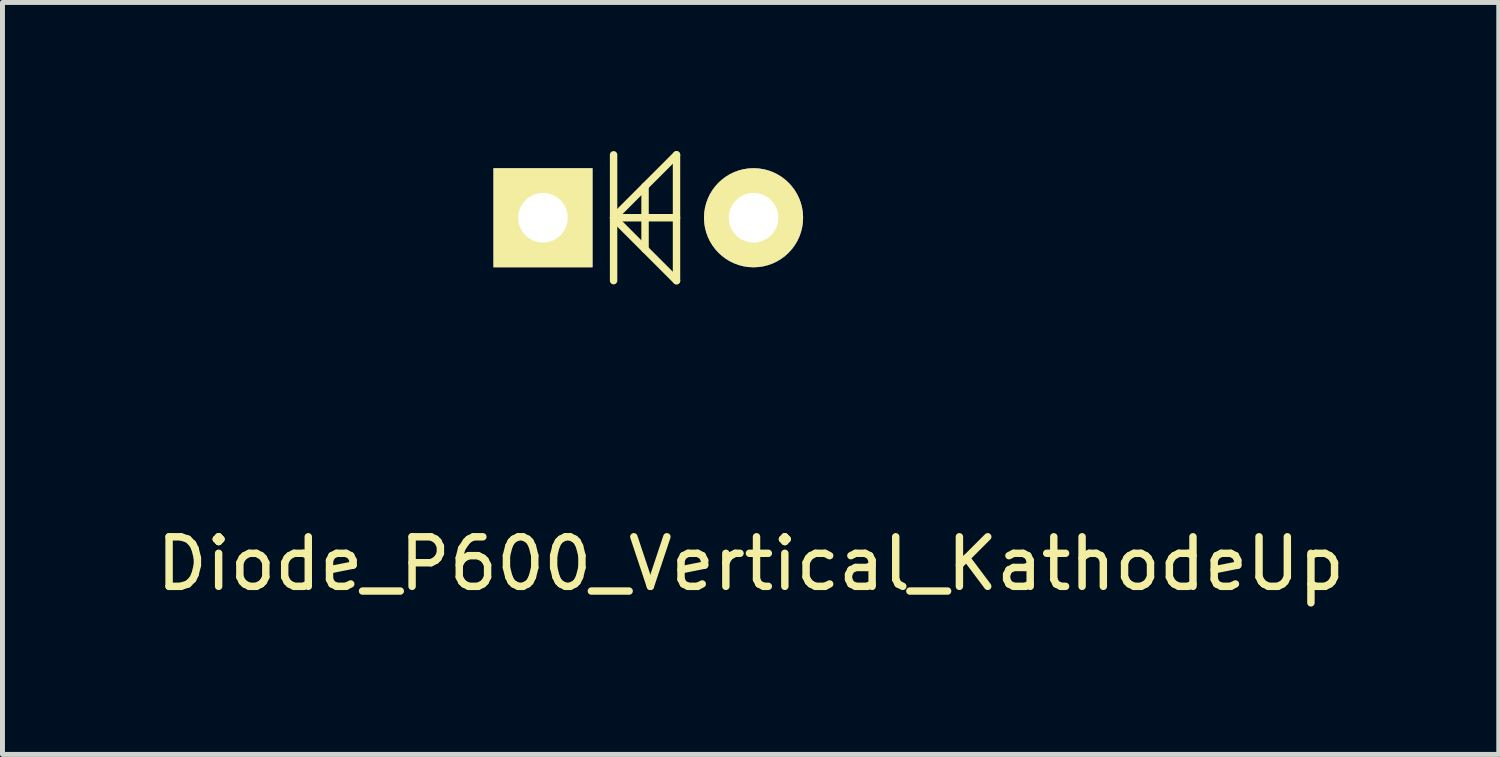
<source format=kicad_pcb>
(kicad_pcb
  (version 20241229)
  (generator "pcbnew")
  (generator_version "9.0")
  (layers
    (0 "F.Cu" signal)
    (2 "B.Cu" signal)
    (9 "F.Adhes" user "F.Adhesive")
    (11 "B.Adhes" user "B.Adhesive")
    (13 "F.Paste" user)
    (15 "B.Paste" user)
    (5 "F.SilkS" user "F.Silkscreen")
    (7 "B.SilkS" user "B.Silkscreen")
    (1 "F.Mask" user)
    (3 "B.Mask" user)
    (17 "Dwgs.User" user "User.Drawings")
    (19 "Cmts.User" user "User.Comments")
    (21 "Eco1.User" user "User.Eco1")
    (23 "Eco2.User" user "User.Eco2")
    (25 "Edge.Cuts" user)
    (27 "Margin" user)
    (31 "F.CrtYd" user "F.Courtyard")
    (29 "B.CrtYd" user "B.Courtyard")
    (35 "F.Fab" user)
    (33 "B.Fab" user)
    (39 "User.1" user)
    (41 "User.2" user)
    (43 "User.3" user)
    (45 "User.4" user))
  (footprint "Diode_P600_Vertical_KathodeUp"
    (layer "F.Cu")
    (at 7.91 1.345)
    (property "Reference" "Diode_P600_Vertical_KathodeUp" (at 4.191 6.985 0) (layer "F.SilkS") (effects (font (size 1 1) (thickness 0.15))))
    (attr through_hole)
    (fp_line (start 1.425 -1.27) (end 1.425 1.27) (stroke (width 0.15) (type solid)) (layer "F.SilkS"))
    (fp_line (start 1.425 0) (end 2.695 -1.27) (stroke (width 0.15) (type solid)) (layer "F.SilkS"))
    (fp_line (start 1.425 0) (end 2.695 0) (stroke (width 0.15) (type solid)) (layer "F.SilkS"))
    (fp_line (start 2.06 -0.635) (end 2.06 0.635) (stroke (width 0.15) (type solid)) (layer "F.SilkS"))
    (fp_line (start 2.695 -1.27) (end 2.695 1.27) (stroke (width 0.15) (type solid)) (layer "F.SilkS"))
    (fp_line (start 2.695 1.27) (end 1.425 0) (stroke (width 0.15) (type solid)) (layer "F.SilkS"))
    (pad "1" thru_hole rect (at 0 0 180) (size 2 2) (drill 1) (layers "*.Cu" "*.Mask" "F.SilkS"))
    (pad "2" thru_hole circle (at 4.25 0 180) (size 2 2) (drill 1) (layers "*.Cu" "*.Mask" "F.SilkS")))
  (gr_rect
    (start -3 -3)
    (end 27.202 12.178)
    (stroke (width 0.1) (type default))
    (fill no)
    (layer "Edge.Cuts")))
</source>
